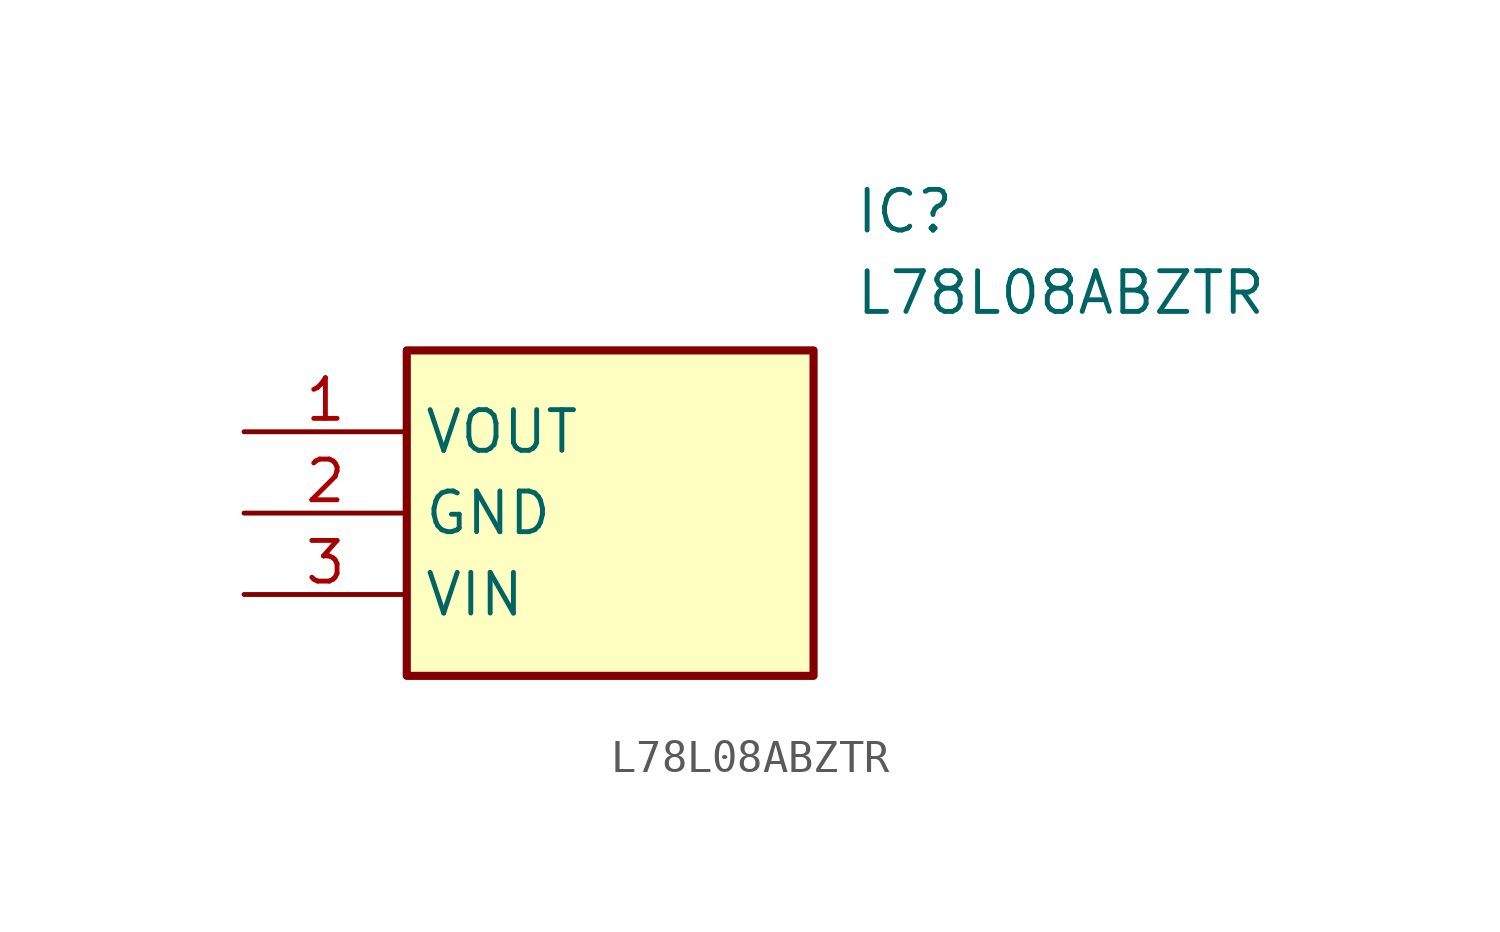
<source format=kicad_sym>
(kicad_symbol_lib
  (version 20211014)
  (generator SamacSys_ECAD_Model)
  (symbol "L78L08ABZTR"
    (property "Reference" "IC"
      (at 19.05 7.62 0)
      (effects (font (size 1.27 1.27)) (justify left top)))
    (property "Value" "L78L08ABZTR"
      (at 19.05 5.08 0)
      (effects (font (size 1.27 1.27)) (justify left top)))
    (rectangle
      (start 5.08 2.54)
      (end 17.78 -7.62)
      (stroke (width 0.254) (type default))
      (fill (type background)))
    (pin passive line
      (at 0 0 0)
      (length 5.08)
      (name "VOUT" (effects (font (size 1.27 1.27))))
      (number "1" (effects (font (size 1.27 1.27)))))
    (pin passive line
      (at 0 -2.54 0)
      (length 5.08)
      (name "GND" (effects (font (size 1.27 1.27))))
      (number "2" (effects (font (size 1.27 1.27)))))
    (pin passive line
      (at 0 -5.08 0)
      (length 5.08)
      (name "VIN" (effects (font (size 1.27 1.27))))
      (number "3" (effects (font (size 1.27 1.27)))))))
</source>
